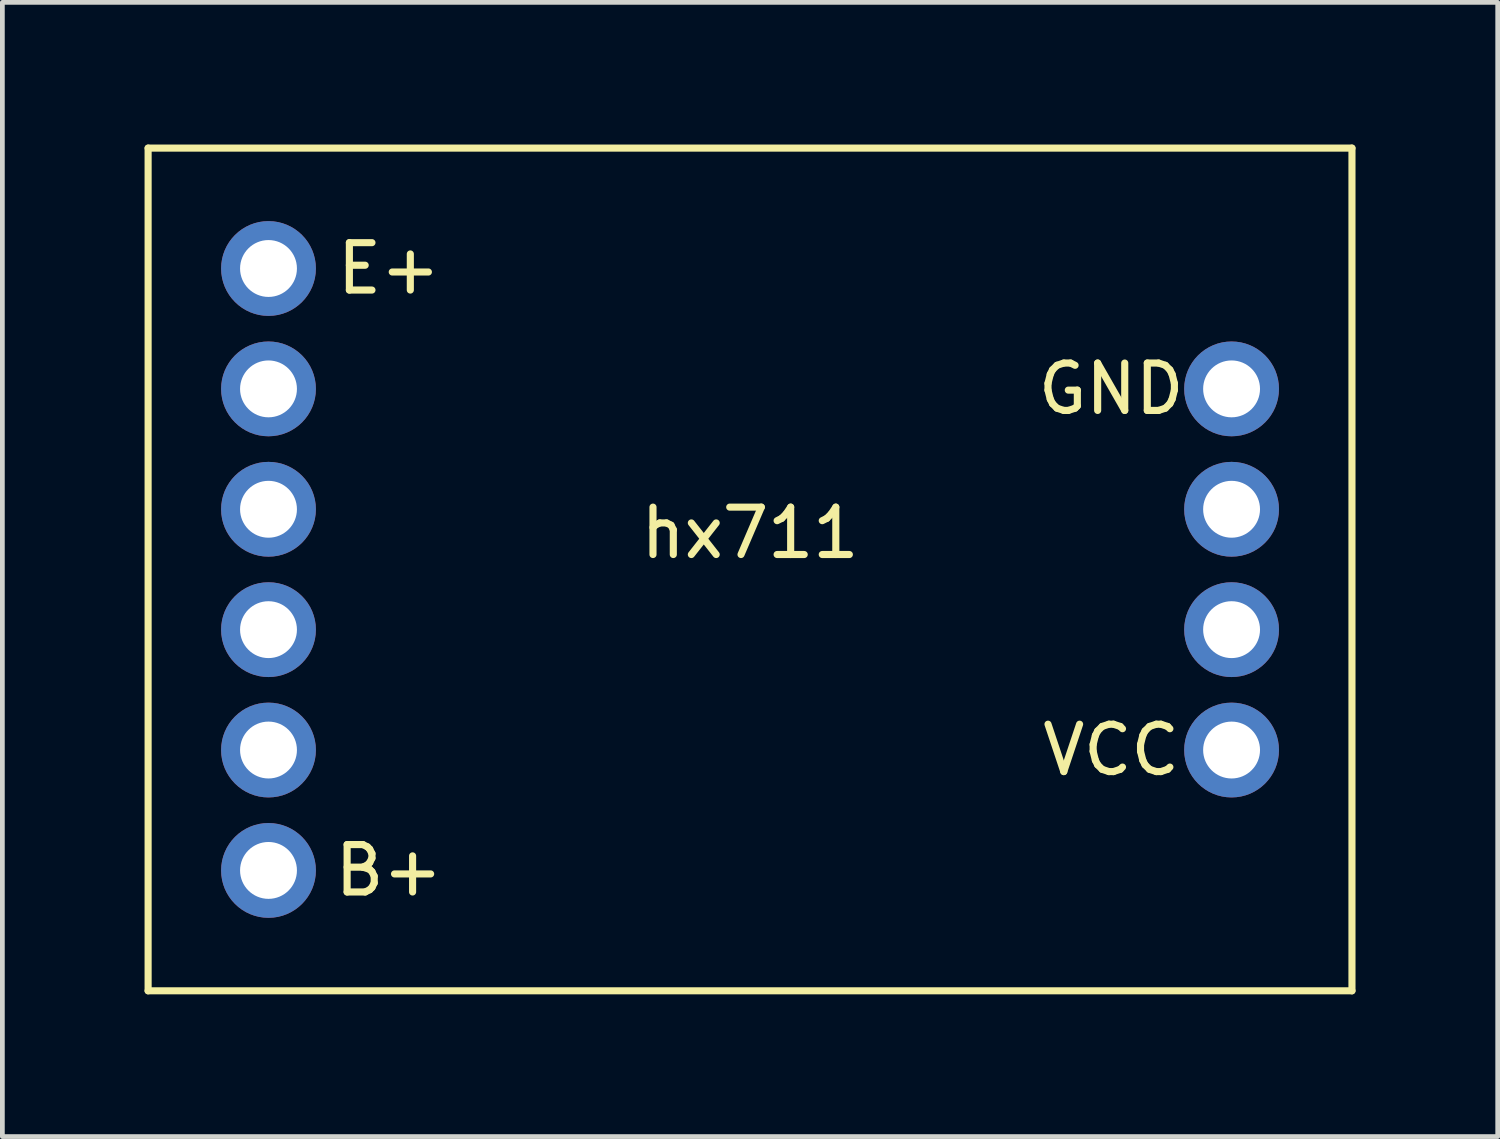
<source format=kicad_pcb>
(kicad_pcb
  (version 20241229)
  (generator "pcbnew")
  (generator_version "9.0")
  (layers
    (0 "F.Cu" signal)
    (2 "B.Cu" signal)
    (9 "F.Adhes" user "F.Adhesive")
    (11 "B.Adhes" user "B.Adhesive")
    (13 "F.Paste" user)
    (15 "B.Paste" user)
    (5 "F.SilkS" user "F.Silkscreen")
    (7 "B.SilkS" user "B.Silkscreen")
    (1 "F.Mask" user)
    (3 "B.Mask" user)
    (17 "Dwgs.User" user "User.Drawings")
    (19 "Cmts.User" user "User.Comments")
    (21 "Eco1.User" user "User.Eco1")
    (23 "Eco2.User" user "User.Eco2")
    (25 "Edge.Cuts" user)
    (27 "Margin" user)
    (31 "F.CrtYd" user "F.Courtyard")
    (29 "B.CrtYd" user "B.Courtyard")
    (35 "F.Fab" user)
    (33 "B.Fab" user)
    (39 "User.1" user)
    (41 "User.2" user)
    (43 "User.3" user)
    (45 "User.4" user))
  (footprint "hx711"
    (layer "F.Cu")
    (at 12.775 7.695)
    (property "Reference" "hx711" (at 0 0.5 0) (layer "F.SilkS") (effects (font (size 1 1) (thickness 0.15))))
    (attr through_hole)
    (fp_line (start -12.7 -7.62) (end -12.7 10.16) (stroke (width 0.15) (type solid)) (layer "F.SilkS"))
    (fp_line (start -12.7 10.16) (end 12.7 10.16) (stroke (width 0.15) (type solid)) (layer "F.SilkS"))
    (fp_line (start 12.7 -7.62) (end -12.7 -7.62) (stroke (width 0.15) (type solid)) (layer "F.SilkS"))
    (fp_line (start 12.7 10.16) (end 12.7 -7.62) (stroke (width 0.15) (type solid)) (layer "F.SilkS"))
    (fp_text user "E+" (at -7.62 -5.08 0) (layer "F.SilkS") (effects (font (size 1 1) (thickness 0.15))))
    (fp_text user "VCC" (at 7.62 5.08 0) (layer "F.SilkS") (effects (font (size 1 1) (thickness 0.15))))
    (fp_text user "B+" (at -7.62 7.62 0) (layer "F.SilkS") (effects (font (size 1 1) (thickness 0.15))))
    (fp_text user "GND" (at 7.62 -2.54 0) (layer "F.SilkS") (effects (font (size 1 1) (thickness 0.15))))
    (pad "1" thru_hole circle (at -10.16 -5.08) (size 2 2) (drill 1.2) (layers "*.Cu" "*.Mask"))
    (pad "2" thru_hole circle (at -10.16 -2.54) (size 2 2) (drill 1.2) (layers "*.Cu" "*.Mask"))
    (pad "3" thru_hole circle (at -10.16 0) (size 2 2) (drill 1.2) (layers "*.Cu" "*.Mask"))
    (pad "4" thru_hole circle (at -10.16 2.54) (size 2 2) (drill 1.2) (layers "*.Cu" "*.Mask"))
    (pad "5" thru_hole circle (at -10.16 5.08) (size 2 2) (drill 1.2) (layers "*.Cu" "*.Mask"))
    (pad "6" thru_hole circle (at -10.16 7.62) (size 2 2) (drill 1.2) (layers "*.Cu" "*.Mask"))
    (pad "7" thru_hole circle (at 10.16 -2.54) (size 2 2) (drill 1.2) (layers "*.Cu" "*.Mask"))
    (pad "8" thru_hole circle (at 10.16 0) (size 2 2) (drill 1.2) (layers "*.Cu" "*.Mask"))
    (pad "9" thru_hole circle (at 10.16 2.54) (size 2 2) (drill 1.2) (layers "*.Cu" "*.Mask"))
    (pad "10" thru_hole circle (at 10.16 5.08) (size 2 2) (drill 1.2) (layers "*.Cu" "*.Mask")))
  (gr_rect
    (start -3 -3)
    (end 28.55 20.93)
    (stroke (width 0.1) (type default))
    (fill no)
    (layer "Edge.Cuts")))
</source>
